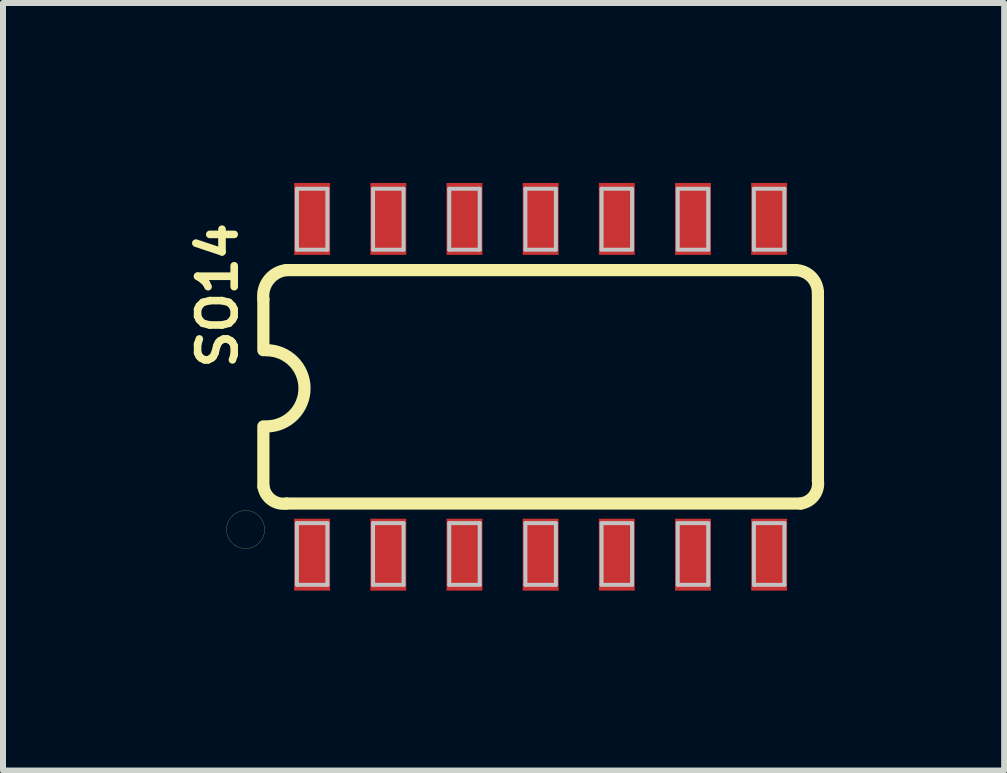
<source format=kicad_pcb>
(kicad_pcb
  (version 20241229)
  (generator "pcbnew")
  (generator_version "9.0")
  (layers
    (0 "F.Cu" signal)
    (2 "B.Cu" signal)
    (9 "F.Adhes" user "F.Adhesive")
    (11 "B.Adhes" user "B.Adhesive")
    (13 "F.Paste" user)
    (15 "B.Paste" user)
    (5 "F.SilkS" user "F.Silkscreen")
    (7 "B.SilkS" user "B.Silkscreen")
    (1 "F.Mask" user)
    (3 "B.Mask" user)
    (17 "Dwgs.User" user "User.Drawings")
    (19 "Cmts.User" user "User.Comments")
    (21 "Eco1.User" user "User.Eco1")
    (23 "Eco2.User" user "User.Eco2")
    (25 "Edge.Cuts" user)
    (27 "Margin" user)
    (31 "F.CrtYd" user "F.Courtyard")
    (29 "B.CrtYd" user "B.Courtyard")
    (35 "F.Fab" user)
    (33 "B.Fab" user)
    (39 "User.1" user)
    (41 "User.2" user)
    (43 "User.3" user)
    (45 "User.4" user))
  (footprint "SO14"
    (layer "F.Cu")
    (at 5.329 3.399)
    (property "Reference" "SO14" (at -4.75 -1.524 90) (layer "F.SilkS") (effects (font (size 0.61 0.61) (thickness 0.127))))
    (attr smd)
    (fp_line (start -4.602 2.38) (end -4.595 2.451) (stroke (width 0.003) (type solid)) (layer "F.SilkS"))
    (fp_line (start -4.595 2.309) (end -4.602 2.38) (stroke (width 0.003) (type solid)) (layer "F.SilkS"))
    (fp_line (start -4.595 2.451) (end -4.572 2.517) (stroke (width 0.003) (type solid)) (layer "F.SilkS"))
    (fp_line (start -4.572 2.243) (end -4.595 2.309) (stroke (width 0.003) (type solid)) (layer "F.SilkS"))
    (fp_line (start -4.572 2.517) (end -4.534 2.578) (stroke (width 0.003) (type solid)) (layer "F.SilkS"))
    (fp_line (start -4.534 2.182) (end -4.572 2.243) (stroke (width 0.003) (type solid)) (layer "F.SilkS"))
    (fp_line (start -4.534 2.578) (end -4.483 2.629) (stroke (width 0.003) (type solid)) (layer "F.SilkS"))
    (fp_line (start -4.483 2.131) (end -4.534 2.182) (stroke (width 0.003) (type solid)) (layer "F.SilkS"))
    (fp_line (start -4.483 2.629) (end -4.422 2.667) (stroke (width 0.003) (type solid)) (layer "F.SilkS"))
    (fp_line (start -4.422 2.093) (end -4.483 2.131) (stroke (width 0.003) (type solid)) (layer "F.SilkS"))
    (fp_line (start -4.422 2.667) (end -4.356 2.69) (stroke (width 0.003) (type solid)) (layer "F.SilkS"))
    (fp_line (start -4.356 2.07) (end -4.422 2.093) (stroke (width 0.003) (type solid)) (layer "F.SilkS"))
    (fp_line (start -4.356 2.69) (end -4.285 2.697) (stroke (width 0.003) (type solid)) (layer "F.SilkS"))
    (fp_line (start -4.285 2.062) (end -4.356 2.07) (stroke (width 0.003) (type solid)) (layer "F.SilkS"))
    (fp_line (start -4.285 2.697) (end -4.214 2.69) (stroke (width 0.003) (type solid)) (layer "F.SilkS"))
    (fp_line (start -4.214 2.07) (end -4.285 2.062) (stroke (width 0.003) (type solid)) (layer "F.SilkS"))
    (fp_line (start -4.214 2.69) (end -4.148 2.667) (stroke (width 0.003) (type solid)) (layer "F.SilkS"))
    (fp_line (start -4.148 2.093) (end -4.214 2.07) (stroke (width 0.003) (type solid)) (layer "F.SilkS"))
    (fp_line (start -4.148 2.667) (end -4.087 2.629) (stroke (width 0.003) (type solid)) (layer "F.SilkS"))
    (fp_line (start -4.087 2.131) (end -4.148 2.093) (stroke (width 0.003) (type solid)) (layer "F.SilkS"))
    (fp_line (start -4.087 2.629) (end -4.036 2.578) (stroke (width 0.003) (type solid)) (layer "F.SilkS"))
    (fp_line (start -4.036 2.182) (end -4.087 2.131) (stroke (width 0.003) (type solid)) (layer "F.SilkS"))
    (fp_line (start -4.036 2.578) (end -3.998 2.517) (stroke (width 0.003) (type solid)) (layer "F.SilkS"))
    (fp_line (start -3.998 2.243) (end -4.036 2.182) (stroke (width 0.003) (type solid)) (layer "F.SilkS"))
    (fp_line (start -3.998 2.517) (end -3.975 2.451) (stroke (width 0.003) (type solid)) (layer "F.SilkS"))
    (fp_line (start -3.988 -1.45) (end -3.988 -0.61) (stroke (width 0.203) (type solid)) (layer "F.SilkS"))
    (fp_line (start -3.988 1.664) (end -3.988 0.66) (stroke (width 0.203) (type solid)) (layer "F.SilkS"))
    (fp_line (start -3.975 2.309) (end -3.998 2.243) (stroke (width 0.003) (type solid)) (layer "F.SilkS"))
    (fp_line (start -3.975 2.451) (end -3.967 2.38) (stroke (width 0.003) (type solid)) (layer "F.SilkS"))
    (fp_line (start -3.967 2.38) (end -3.975 2.309) (stroke (width 0.003) (type solid)) (layer "F.SilkS"))
    (fp_line (start -3.604 1.946) (end 4.976 1.946) (stroke (width 0.203) (type solid)) (layer "F.SilkS"))
    (fp_line (start 4.877 -1.946) (end -3.604 -1.946) (stroke (width 0.203) (type solid)) (layer "F.SilkS"))
    (fp_line (start 5.258 1.565) (end 5.258 -1.565) (stroke (width 0.203) (type solid)) (layer "F.SilkS"))
    (fp_arc (start -3.9878 -1.46304) (mid -3.89725 -1.783248) (end -3.6068 -1.94564) (stroke (width 0.2032) (type solid)) (layer "F.SilkS"))
    (fp_arc (start -3.937 -0.6096) (mid -3.302 0.0254) (end -3.937 0.6604) (stroke (width 0.2032) (type solid)) (layer "F.SilkS"))
    (fp_arc (start -3.60426 1.94564) (mid -3.852626 1.884848) (end -3.98526 1.66624) (stroke (width 0.2032) (type solid)) (layer "F.SilkS"))
    (fp_arc (start 4.8768 -1.94564) (mid 5.146208 -1.834048) (end 5.2578 -1.56464) (stroke (width 0.2032) (type solid)) (layer "F.SilkS"))
    (fp_arc (start 5.2578 1.56464) (mid 5.194468 1.814058) (end 4.97332 1.94564) (stroke (width 0.2032) (type solid)) (layer "F.SilkS"))
    (fp_line (start -3.429 -3.302) (end -2.921 -3.302) (stroke (width 0.066) (type solid)) (layer "Dwgs.User"))
    (fp_line (start -3.429 -2.286) (end -3.429 -3.302) (stroke (width 0.066) (type solid)) (layer "Dwgs.User"))
    (fp_line (start -3.429 -2.286) (end -2.921 -2.286) (stroke (width 0.066) (type solid)) (layer "Dwgs.User"))
    (fp_line (start -3.429 2.273) (end -2.921 2.273) (stroke (width 0.066) (type solid)) (layer "Dwgs.User"))
    (fp_line (start -3.429 3.302) (end -3.429 2.273) (stroke (width 0.066) (type solid)) (layer "Dwgs.User"))
    (fp_line (start -3.429 3.302) (end -2.921 3.302) (stroke (width 0.066) (type solid)) (layer "Dwgs.User"))
    (fp_line (start -2.921 -2.286) (end -2.921 -3.302) (stroke (width 0.066) (type solid)) (layer "Dwgs.User"))
    (fp_line (start -2.921 3.302) (end -2.921 2.273) (stroke (width 0.066) (type solid)) (layer "Dwgs.User"))
    (fp_line (start -2.159 -3.302) (end -1.651 -3.302) (stroke (width 0.066) (type solid)) (layer "Dwgs.User"))
    (fp_line (start -2.159 -2.286) (end -2.159 -3.302) (stroke (width 0.066) (type solid)) (layer "Dwgs.User"))
    (fp_line (start -2.159 -2.286) (end -1.651 -2.286) (stroke (width 0.066) (type solid)) (layer "Dwgs.User"))
    (fp_line (start -2.159 2.273) (end -1.651 2.273) (stroke (width 0.066) (type solid)) (layer "Dwgs.User"))
    (fp_line (start -2.159 3.302) (end -2.159 2.273) (stroke (width 0.066) (type solid)) (layer "Dwgs.User"))
    (fp_line (start -2.159 3.302) (end -1.651 3.302) (stroke (width 0.066) (type solid)) (layer "Dwgs.User"))
    (fp_line (start -1.651 -2.286) (end -1.651 -3.302) (stroke (width 0.066) (type solid)) (layer "Dwgs.User"))
    (fp_line (start -1.651 3.302) (end -1.651 2.273) (stroke (width 0.066) (type solid)) (layer "Dwgs.User"))
    (fp_line (start -0.889 -3.302) (end -0.381 -3.302) (stroke (width 0.066) (type solid)) (layer "Dwgs.User"))
    (fp_line (start -0.889 -2.286) (end -0.889 -3.302) (stroke (width 0.066) (type solid)) (layer "Dwgs.User"))
    (fp_line (start -0.889 -2.286) (end -0.381 -2.286) (stroke (width 0.066) (type solid)) (layer "Dwgs.User"))
    (fp_line (start -0.889 2.273) (end -0.381 2.273) (stroke (width 0.066) (type solid)) (layer "Dwgs.User"))
    (fp_line (start -0.889 3.302) (end -0.889 2.273) (stroke (width 0.066) (type solid)) (layer "Dwgs.User"))
    (fp_line (start -0.889 3.302) (end -0.381 3.302) (stroke (width 0.066) (type solid)) (layer "Dwgs.User"))
    (fp_line (start -0.381 -2.286) (end -0.381 -3.302) (stroke (width 0.066) (type solid)) (layer "Dwgs.User"))
    (fp_line (start -0.381 3.302) (end -0.381 2.273) (stroke (width 0.066) (type solid)) (layer "Dwgs.User"))
    (fp_line (start 0.381 -3.302) (end 0.889 -3.302) (stroke (width 0.066) (type solid)) (layer "Dwgs.User"))
    (fp_line (start 0.381 -2.286) (end 0.381 -3.302) (stroke (width 0.066) (type solid)) (layer "Dwgs.User"))
    (fp_line (start 0.381 -2.286) (end 0.889 -2.286) (stroke (width 0.066) (type solid)) (layer "Dwgs.User"))
    (fp_line (start 0.381 2.273) (end 0.889 2.273) (stroke (width 0.066) (type solid)) (layer "Dwgs.User"))
    (fp_line (start 0.381 3.302) (end 0.381 2.273) (stroke (width 0.066) (type solid)) (layer "Dwgs.User"))
    (fp_line (start 0.381 3.302) (end 0.889 3.302) (stroke (width 0.066) (type solid)) (layer "Dwgs.User"))
    (fp_line (start 0.889 -2.286) (end 0.889 -3.302) (stroke (width 0.066) (type solid)) (layer "Dwgs.User"))
    (fp_line (start 0.889 3.302) (end 0.889 2.273) (stroke (width 0.066) (type solid)) (layer "Dwgs.User"))
    (fp_line (start 1.651 -3.302) (end 2.159 -3.302) (stroke (width 0.066) (type solid)) (layer "Dwgs.User"))
    (fp_line (start 1.651 -2.286) (end 1.651 -3.302) (stroke (width 0.066) (type solid)) (layer "Dwgs.User"))
    (fp_line (start 1.651 -2.286) (end 2.159 -2.286) (stroke (width 0.066) (type solid)) (layer "Dwgs.User"))
    (fp_line (start 1.651 2.273) (end 2.159 2.273) (stroke (width 0.066) (type solid)) (layer "Dwgs.User"))
    (fp_line (start 1.651 3.302) (end 1.651 2.273) (stroke (width 0.066) (type solid)) (layer "Dwgs.User"))
    (fp_line (start 1.651 3.302) (end 2.159 3.302) (stroke (width 0.066) (type solid)) (layer "Dwgs.User"))
    (fp_line (start 2.159 -2.286) (end 2.159 -3.302) (stroke (width 0.066) (type solid)) (layer "Dwgs.User"))
    (fp_line (start 2.159 3.302) (end 2.159 2.273) (stroke (width 0.066) (type solid)) (layer "Dwgs.User"))
    (fp_line (start 2.921 -3.302) (end 3.429 -3.302) (stroke (width 0.066) (type solid)) (layer "Dwgs.User"))
    (fp_line (start 2.921 -2.286) (end 2.921 -3.302) (stroke (width 0.066) (type solid)) (layer "Dwgs.User"))
    (fp_line (start 2.921 -2.286) (end 3.429 -2.286) (stroke (width 0.066) (type solid)) (layer "Dwgs.User"))
    (fp_line (start 2.921 2.273) (end 3.429 2.273) (stroke (width 0.066) (type solid)) (layer "Dwgs.User"))
    (fp_line (start 2.921 3.302) (end 2.921 2.273) (stroke (width 0.066) (type solid)) (layer "Dwgs.User"))
    (fp_line (start 2.921 3.302) (end 3.429 3.302) (stroke (width 0.066) (type solid)) (layer "Dwgs.User"))
    (fp_line (start 3.429 -2.286) (end 3.429 -3.302) (stroke (width 0.066) (type solid)) (layer "Dwgs.User"))
    (fp_line (start 3.429 3.302) (end 3.429 2.273) (stroke (width 0.066) (type solid)) (layer "Dwgs.User"))
    (fp_line (start 4.191 -3.302) (end 4.699 -3.302) (stroke (width 0.066) (type solid)) (layer "Dwgs.User"))
    (fp_line (start 4.191 -2.286) (end 4.191 -3.302) (stroke (width 0.066) (type solid)) (layer "Dwgs.User"))
    (fp_line (start 4.191 -2.286) (end 4.699 -2.286) (stroke (width 0.066) (type solid)) (layer "Dwgs.User"))
    (fp_line (start 4.191 2.273) (end 4.699 2.273) (stroke (width 0.066) (type solid)) (layer "Dwgs.User"))
    (fp_line (start 4.191 3.302) (end 4.191 2.273) (stroke (width 0.066) (type solid)) (layer "Dwgs.User"))
    (fp_line (start 4.191 3.302) (end 4.699 3.302) (stroke (width 0.066) (type solid)) (layer "Dwgs.User"))
    (fp_line (start 4.699 -2.286) (end 4.699 -3.302) (stroke (width 0.066) (type solid)) (layer "Dwgs.User"))
    (fp_line (start 4.699 3.302) (end 4.699 2.273) (stroke (width 0.066) (type solid)) (layer "Dwgs.User"))
    (pad "1" smd rect (at -3.175 2.799) (size 0.599 1.199) (layers "F.Cu" "F.Mask" "F.Paste"))
    (pad "2" smd rect (at -1.905 2.799) (size 0.599 1.199) (layers "F.Cu" "F.Mask" "F.Paste"))
    (pad "3" smd rect (at -0.635 2.799) (size 0.599 1.199) (layers "F.Cu" "F.Mask" "F.Paste"))
    (pad "4" smd rect (at 0.635 2.799) (size 0.599 1.199) (layers "F.Cu" "F.Mask" "F.Paste"))
    (pad "5" smd rect (at 1.905 2.799) (size 0.599 1.199) (layers "F.Cu" "F.Mask" "F.Paste"))
    (pad "6" smd rect (at 3.175 2.799) (size 0.599 1.199) (layers "F.Cu" "F.Mask" "F.Paste"))
    (pad "7" smd rect (at 4.445 2.799) (size 0.599 1.199) (layers "F.Cu" "F.Mask" "F.Paste"))
    (pad "8" smd rect (at 4.445 -2.799) (size 0.599 1.199) (layers "F.Cu" "F.Mask" "F.Paste"))
    (pad "9" smd rect (at 3.175 -2.799) (size 0.599 1.199) (layers "F.Cu" "F.Mask" "F.Paste"))
    (pad "10" smd rect (at 1.905 -2.799) (size 0.599 1.199) (layers "F.Cu" "F.Mask" "F.Paste"))
    (pad "11" smd rect (at 0.635 -2.799) (size 0.599 1.199) (layers "F.Cu" "F.Mask" "F.Paste"))
    (pad "12" smd rect (at -0.635 -2.799) (size 0.599 1.199) (layers "F.Cu" "F.Mask" "F.Paste"))
    (pad "13" smd rect (at -1.905 -2.799) (size 0.599 1.199) (layers "F.Cu" "F.Mask" "F.Paste"))
    (pad "14" smd rect (at -3.175 -2.799) (size 0.599 1.199) (layers "F.Cu" "F.Mask" "F.Paste")))
  (gr_rect
    (start -3 -3)
    (end 13.692 9.797)
    (stroke (width 0.1) (type default))
    (fill no)
    (layer "Edge.Cuts")))
</source>
